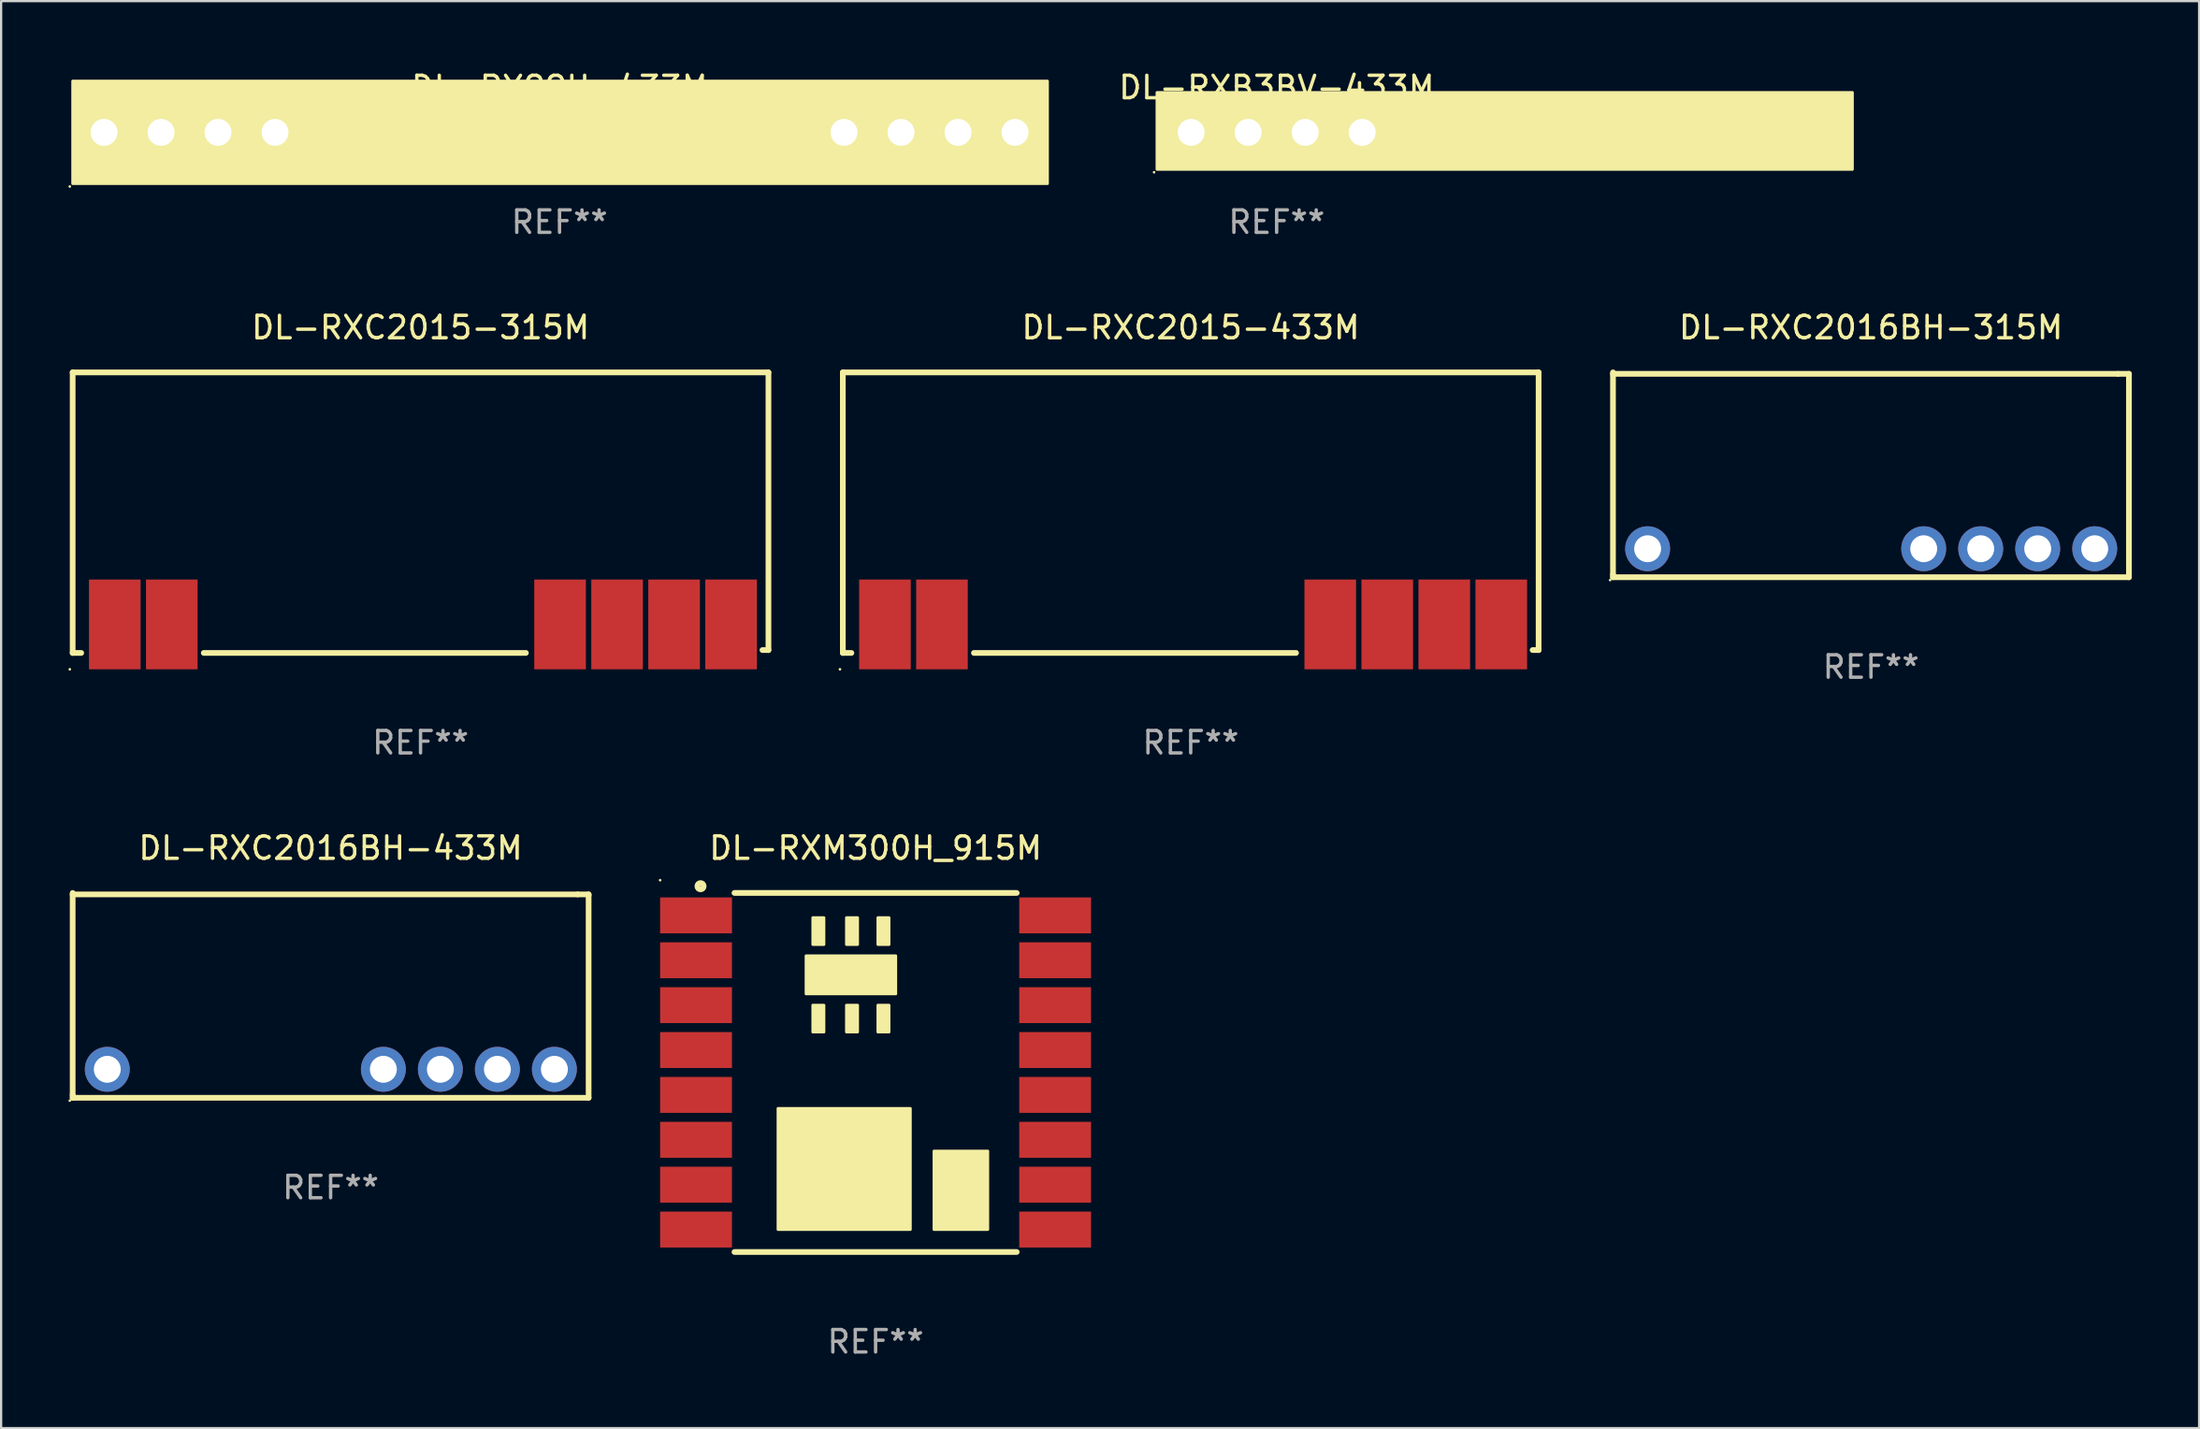
<source format=kicad_pcb>
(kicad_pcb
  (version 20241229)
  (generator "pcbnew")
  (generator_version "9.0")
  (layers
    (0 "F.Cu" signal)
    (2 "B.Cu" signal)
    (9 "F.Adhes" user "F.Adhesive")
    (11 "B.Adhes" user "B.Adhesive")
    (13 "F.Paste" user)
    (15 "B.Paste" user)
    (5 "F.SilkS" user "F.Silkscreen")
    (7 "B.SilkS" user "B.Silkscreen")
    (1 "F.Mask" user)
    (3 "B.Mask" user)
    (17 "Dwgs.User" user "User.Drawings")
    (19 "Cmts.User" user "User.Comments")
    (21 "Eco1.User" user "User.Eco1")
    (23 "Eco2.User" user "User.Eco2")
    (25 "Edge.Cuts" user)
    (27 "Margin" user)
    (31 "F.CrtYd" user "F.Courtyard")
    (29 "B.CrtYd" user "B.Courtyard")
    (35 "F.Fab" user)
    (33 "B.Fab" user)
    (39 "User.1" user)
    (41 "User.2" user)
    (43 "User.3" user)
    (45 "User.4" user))
  (footprint "DL-RX98H-433M"
    (layer "F.Cu")
    (at 21.879 2.848)
    (property "Reference" "DL-RX98H-433M" (at 0 -2 0) (layer "F.SilkS") (effects (font (size 1 1) (thickness 0.15))))
    (attr through_hole)
    (fp_circle (center -21.819 2.413) (end -21.789 2.413) (stroke (width 0.06) (type solid)) (fill no) (layer "F.SilkS"))
    (fp_poly (pts (xy -21.692 -2.286) (xy 21.742 -2.286) (xy 21.742 2.286) (xy -21.692 2.286)) (stroke (width 0.12) (type solid)) (fill yes) (layer "F.SilkS"))
    (fp_text user "REF**" (at 0 4 0) (layer "F.Fab") (effects (font (size 1 1) (thickness 0.15))))
    (pad "1" thru_hole rect (at -20.295 0) (size 2 2) (drill 1.2) (layers "*.Cu" "*.Mask"))
    (pad "2" thru_hole circle (at -17.755 0) (size 2 2) (drill 1.2) (layers "*.Cu" "*.Mask"))
    (pad "3" thru_hole circle (at -15.215 0) (size 2 2) (drill 1.2) (layers "*.Cu" "*.Mask"))
    (pad "4" thru_hole circle (at -12.675 0) (size 2 2) (drill 1.2) (layers "*.Cu" "*.Mask"))
    (pad "5" thru_hole circle (at 12.675 0) (size 2 2) (drill 1.2) (layers "*.Cu" "*.Mask"))
    (pad "6" thru_hole circle (at 15.215 0) (size 2 2) (drill 1.2) (layers "*.Cu" "*.Mask"))
    (pad "7" thru_hole circle (at 17.755 0) (size 2 2) (drill 1.2) (layers "*.Cu" "*.Mask"))
    (pad "8" thru_hole circle (at 20.295 0) (size 2 2) (drill 1.2) (layers "*.Cu" "*.Mask")))
  (footprint "DL-RXC2015-315M"
    (layer "F.Cu")
    (at 15.687 19.795)
    (property "Reference" "DL-RXC2015-315M" (at 0 -8.25 0) (layer "F.SilkS") (effects (font (size 1 1) (thickness 0.15))))
    (attr through_hole)
    (fp_line (start -15.5 -6.25) (end -15.5 6.25) (stroke (width 0.254) (type solid)) (layer "F.SilkS"))
    (fp_line (start -15.5 6.25) (end -15.119 6.25) (stroke (width 0.254) (type solid)) (layer "F.SilkS"))
    (fp_line (start -9.658 6.25) (end 4.693 6.25) (stroke (width 0.254) (type solid)) (layer "F.SilkS"))
    (fp_line (start 15.234 6.123) (end 15.5 6.123) (stroke (width 0.254) (type solid)) (layer "F.SilkS"))
    (fp_line (start 15.5 -6.25) (end -15.5 -6.25) (stroke (width 0.254) (type solid)) (layer "F.SilkS"))
    (fp_line (start 15.5 6.123) (end 15.5 -6.25) (stroke (width 0.254) (type solid)) (layer "F.SilkS"))
    (fp_circle (center -15.627 6.98) (end -15.597 6.98) (stroke (width 0.06) (type solid)) (fill no) (layer "F.SilkS"))
    (fp_text user "REF**" (at 0 10.25 0) (layer "F.Fab") (effects (font (size 1 1) (thickness 0.15))))
    (pad "1" smd rect (at -13.623 4.98) (size 2.3 4) (layers "F.Cu" "F.Mask" "F.Paste"))
    (pad "2" smd rect (at -11.083 4.98) (size 2.3 4) (layers "F.Cu" "F.Mask" "F.Paste"))
    (pad "3" smd rect (at 6.217 4.98) (size 2.3 4) (layers "F.Cu" "F.Mask" "F.Paste"))
    (pad "4" smd rect (at 8.757 4.98) (size 2.3 4) (layers "F.Cu" "F.Mask" "F.Paste"))
    (pad "5" smd rect (at 11.297 4.98) (size 2.3 4) (layers "F.Cu" "F.Mask" "F.Paste"))
    (pad "6" smd rect (at 13.837 4.98) (size 2.3 4) (layers "F.Cu" "F.Mask" "F.Paste")))
  (footprint "DL-RXB3BV-433M"
    (layer "F.Cu")
    (at 53.83 2.848)
    (property "Reference" "DL-RXB3BV-433M" (at 0 -2 0) (layer "F.SilkS") (effects (font (size 1 1) (thickness 0.15))))
    (attr through_hole)
    (fp_circle (center -5.461 1.778) (end -5.431 1.778) (stroke (width 0.06) (type solid)) (fill no) (layer "F.SilkS"))
    (fp_poly (pts (xy -5.334 -1.778) (xy 25.654 -1.778) (xy 25.654 1.651) (xy -5.334 1.651)) (stroke (width 0.12) (type solid)) (fill yes) (layer "F.SilkS"))
    (fp_text user "REF**" (at 0 4 0) (layer "F.Fab") (effects (font (size 1 1) (thickness 0.15))))
    (pad "1" thru_hole rect (at -3.81 0) (size 2 2) (drill 1.2) (layers "*.Cu" "*.Mask"))
    (pad "2" thru_hole circle (at -1.27 0) (size 2 2) (drill 1.2) (layers "*.Cu" "*.Mask"))
    (pad "3" thru_hole circle (at 1.27 0) (size 2 2) (drill 1.2) (layers "*.Cu" "*.Mask"))
    (pad "4" thru_hole circle (at 3.81 0) (size 2 2) (drill 1.2) (layers "*.Cu" "*.Mask")))
  (footprint "DL-RXM300H_915M"
    (layer "F.Cu")
    (at 35.961 44.741)
    (property "Reference" "DL-RXM300H_915M" (at 0 -10 0) (layer "F.SilkS") (effects (font (size 1 1) (thickness 0.15))))
    (attr through_hole)
    (fp_line (start -6.287 -8) (end 6.287 -8) (stroke (width 0.254) (type solid)) (layer "F.SilkS"))
    (fp_line (start 6.287 8) (end -6.287 8) (stroke (width 0.254) (type solid)) (layer "F.SilkS"))
    (fp_circle (center -9.6 -8.568) (end -9.57 -8.568) (stroke (width 0.06) (type solid)) (fill no) (layer "F.SilkS"))
    (fp_circle (center -7.8 -8.3) (end -7.659 -8.3) (stroke (width 0.254) (type solid)) (fill no) (layer "F.SilkS"))
    (fp_poly (pts (xy -4.35 1.6) (xy 1.55 1.6) (xy 1.55 7) (xy -4.35 7)) (stroke (width 0.12) (type solid)) (fill yes) (layer "F.SilkS"))
    (fp_poly (pts (xy -3.1 -5.2) (xy 0.9 -5.2) (xy 0.9 -3.5) (xy -3.1 -3.5)) (stroke (width 0.12) (type solid)) (fill yes) (layer "F.SilkS"))
    (fp_poly (pts (xy -2.8 -6.9) (xy -2.3 -6.9) (xy -2.3 -5.7) (xy -2.8 -5.7)) (stroke (width 0.12) (type solid)) (fill yes) (layer "F.SilkS"))
    (fp_poly (pts (xy -2.8 -3) (xy -2.3 -3) (xy -2.3 -1.8) (xy -2.8 -1.8)) (stroke (width 0.12) (type solid)) (fill yes) (layer "F.SilkS"))
    (fp_poly (pts (xy -1.3 -6.9) (xy -0.8 -6.9) (xy -0.8 -5.7) (xy -1.3 -5.7)) (stroke (width 0.12) (type solid)) (fill yes) (layer "F.SilkS"))
    (fp_poly (pts (xy -1.3 -3) (xy -0.8 -3) (xy -0.8 -1.8) (xy -1.3 -1.8)) (stroke (width 0.12) (type solid)) (fill yes) (layer "F.SilkS"))
    (fp_poly (pts (xy 0.1 -6.9) (xy 0.6 -6.9) (xy 0.6 -5.7) (xy 0.1 -5.7)) (stroke (width 0.12) (type solid)) (fill yes) (layer "F.SilkS"))
    (fp_poly (pts (xy 0.1 -3) (xy 0.6 -3) (xy 0.6 -1.8) (xy 0.1 -1.8)) (stroke (width 0.12) (type solid)) (fill yes) (layer "F.SilkS"))
    (fp_poly (pts (xy 2.6 3.5) (xy 5 3.5) (xy 5 7) (xy 2.6 7)) (stroke (width 0.12) (type solid)) (fill yes) (layer "F.SilkS"))
    (fp_text user "REF**" (at 0 12 0) (layer "F.Fab") (effects (font (size 1 1) (thickness 0.15))))
    (pad "1" smd rect (at -8 -7) (size 3.2 1.6) (layers "F.Cu" "F.Mask" "F.Paste"))
    (pad "2" smd rect (at -8 -5) (size 3.2 1.6) (layers "F.Cu" "F.Mask" "F.Paste"))
    (pad "3" smd rect (at -8 -3) (size 3.2 1.6) (layers "F.Cu" "F.Mask" "F.Paste"))
    (pad "4" smd rect (at -8 -1) (size 3.2 1.6) (layers "F.Cu" "F.Mask" "F.Paste"))
    (pad "5" smd rect (at -8 1) (size 3.2 1.6) (layers "F.Cu" "F.Mask" "F.Paste"))
    (pad "6" smd rect (at -8 3) (size 3.2 1.6) (layers "F.Cu" "F.Mask" "F.Paste"))
    (pad "7" smd rect (at -8 5) (size 3.2 1.6) (layers "F.Cu" "F.Mask" "F.Paste"))
    (pad "8" smd rect (at -8 7) (size 3.2 1.6) (layers "F.Cu" "F.Mask" "F.Paste"))
    (pad "9" smd rect (at 8 7) (size 3.2 1.6) (layers "F.Cu" "F.Mask" "F.Paste"))
    (pad "10" smd rect (at 8 5) (size 3.2 1.6) (layers "F.Cu" "F.Mask" "F.Paste"))
    (pad "11" smd rect (at 8 3) (size 3.2 1.6) (layers "F.Cu" "F.Mask" "F.Paste"))
    (pad "12" smd rect (at 8 1) (size 3.2 1.6) (layers "F.Cu" "F.Mask" "F.Paste"))
    (pad "13" smd rect (at 8 -1) (size 3.2 1.6) (layers "F.Cu" "F.Mask" "F.Paste"))
    (pad "14" smd rect (at 8 -3) (size 3.2 1.6) (layers "F.Cu" "F.Mask" "F.Paste"))
    (pad "15" smd rect (at 8 -5) (size 3.2 1.6) (layers "F.Cu" "F.Mask" "F.Paste"))
    (pad "16" smd rect (at 8 -7) (size 3.2 1.6) (layers "F.Cu" "F.Mask" "F.Paste")))
  (footprint "DL-RXC2015-433M"
    (layer "F.Cu")
    (at 50.001 19.795)
    (property "Reference" "DL-RXC2015-433M" (at 0 -8.25 0) (layer "F.SilkS") (effects (font (size 1 1) (thickness 0.15))))
    (attr through_hole)
    (fp_line (start -15.5 -6.25) (end -15.5 6.25) (stroke (width 0.254) (type solid)) (layer "F.SilkS"))
    (fp_line (start -15.5 6.25) (end -15.119 6.25) (stroke (width 0.254) (type solid)) (layer "F.SilkS"))
    (fp_line (start -9.658 6.25) (end 4.693 6.25) (stroke (width 0.254) (type solid)) (layer "F.SilkS"))
    (fp_line (start 15.234 6.123) (end 15.5 6.123) (stroke (width 0.254) (type solid)) (layer "F.SilkS"))
    (fp_line (start 15.5 -6.25) (end -15.5 -6.25) (stroke (width 0.254) (type solid)) (layer "F.SilkS"))
    (fp_line (start 15.5 6.123) (end 15.5 -6.25) (stroke (width 0.254) (type solid)) (layer "F.SilkS"))
    (fp_circle (center -15.627 6.98) (end -15.597 6.98) (stroke (width 0.06) (type solid)) (fill no) (layer "F.SilkS"))
    (fp_text user "REF**" (at 0 10.25 0) (layer "F.Fab") (effects (font (size 1 1) (thickness 0.15))))
    (pad "1" smd rect (at -13.623 4.98) (size 2.3 4) (layers "F.Cu" "F.Mask" "F.Paste"))
    (pad "2" smd rect (at -11.083 4.98) (size 2.3 4) (layers "F.Cu" "F.Mask" "F.Paste"))
    (pad "3" smd rect (at 6.217 4.98) (size 2.3 4) (layers "F.Cu" "F.Mask" "F.Paste"))
    (pad "4" smd rect (at 8.757 4.98) (size 2.3 4) (layers "F.Cu" "F.Mask" "F.Paste"))
    (pad "5" smd rect (at 11.297 4.98) (size 2.3 4) (layers "F.Cu" "F.Mask" "F.Paste"))
    (pad "6" smd rect (at 13.837 4.98) (size 2.3 4) (layers "F.Cu" "F.Mask" "F.Paste")))
  (footprint "DL-RXC2016BH-433M"
    (layer "F.Cu")
    (at 11.681 41.305)
    (property "Reference" "DL-RXC2016BH-433M" (at 0 -6.564 0) (layer "F.SilkS") (effects (font (size 1 1) (thickness 0.15))))
    (attr through_hole)
    (fp_line (start -11.494 -4.499) (end 11.007 -4.499) (stroke (width 0.254) (type solid)) (layer "F.SilkS"))
    (fp_line (start -11.494 4.437) (end -11.494 -4.564) (stroke (width 0.254) (type solid)) (layer "F.SilkS"))
    (fp_line (start -11.494 4.564) (end -11.494 4.437) (stroke (width 0.254) (type solid)) (layer "F.SilkS"))
    (fp_line (start 11.007 -4.499) (end 11.494 -4.499) (stroke (width 0.254) (type solid)) (layer "F.SilkS"))
    (fp_line (start 11.494 -4.499) (end 11.494 -4.454) (stroke (width 0.254) (type solid)) (layer "F.SilkS"))
    (fp_line (start 11.494 -4.454) (end 11.494 4.564) (stroke (width 0.254) (type solid)) (layer "F.SilkS"))
    (fp_line (start 11.494 4.564) (end -11.494 4.564) (stroke (width 0.254) (type solid)) (layer "F.SilkS"))
    (fp_circle (center -11.621 4.691) (end -11.591 4.691) (stroke (width 0.06) (type solid)) (fill no) (layer "F.SilkS"))
    (fp_text user "REF**" (at 0 8.564 0) (layer "F.Fab") (effects (font (size 1 1) (thickness 0.15))))
    (pad "1" thru_hole circle (at -9.951 3.294) (size 2 2) (drill 1.2) (layers "*.Cu" "*.Mask"))
    (pad "2" thru_hole circle (at 2.349 3.294) (size 2 2) (drill 1.2) (layers "*.Cu" "*.Mask"))
    (pad "3" thru_hole circle (at 4.889 3.294) (size 2 2) (drill 1.2) (layers "*.Cu" "*.Mask"))
    (pad "4" thru_hole circle (at 7.429 3.294) (size 2 2) (drill 1.2) (layers "*.Cu" "*.Mask"))
    (pad "5" thru_hole circle (at 9.969 3.294) (size 2 2) (drill 1.2) (layers "*.Cu" "*.Mask")))
  (footprint "DL-RXC2016BH-315M"
    (layer "F.Cu")
    (at 80.309 18.108)
    (property "Reference" "DL-RXC2016BH-315M" (at 0 -6.564 0) (layer "F.SilkS") (effects (font (size 1 1) (thickness 0.15))))
    (attr through_hole)
    (fp_line (start -11.494 -4.499) (end 11.007 -4.499) (stroke (width 0.254) (type solid)) (layer "F.SilkS"))
    (fp_line (start -11.494 4.437) (end -11.494 -4.564) (stroke (width 0.254) (type solid)) (layer "F.SilkS"))
    (fp_line (start -11.494 4.564) (end -11.494 4.437) (stroke (width 0.254) (type solid)) (layer "F.SilkS"))
    (fp_line (start 11.007 -4.499) (end 11.494 -4.499) (stroke (width 0.254) (type solid)) (layer "F.SilkS"))
    (fp_line (start 11.494 -4.499) (end 11.494 -4.454) (stroke (width 0.254) (type solid)) (layer "F.SilkS"))
    (fp_line (start 11.494 -4.454) (end 11.494 4.564) (stroke (width 0.254) (type solid)) (layer "F.SilkS"))
    (fp_line (start 11.494 4.564) (end -11.494 4.564) (stroke (width 0.254) (type solid)) (layer "F.SilkS"))
    (fp_circle (center -11.621 4.691) (end -11.591 4.691) (stroke (width 0.06) (type solid)) (fill no) (layer "F.SilkS"))
    (fp_text user "REF**" (at 0 8.564 0) (layer "F.Fab") (effects (font (size 1 1) (thickness 0.15))))
    (pad "1" thru_hole circle (at -9.951 3.294) (size 2 2) (drill 1.2) (layers "*.Cu" "*.Mask"))
    (pad "2" thru_hole circle (at 2.349 3.294) (size 2 2) (drill 1.2) (layers "*.Cu" "*.Mask"))
    (pad "3" thru_hole circle (at 4.889 3.294) (size 2 2) (drill 1.2) (layers "*.Cu" "*.Mask"))
    (pad "4" thru_hole circle (at 7.429 3.294) (size 2 2) (drill 1.2) (layers "*.Cu" "*.Mask"))
    (pad "5" thru_hole circle (at 9.969 3.294) (size 2 2) (drill 1.2) (layers "*.Cu" "*.Mask")))
  (gr_rect
    (start -3 -3)
    (end 94.929 60.59)
    (stroke (width 0.1) (type default))
    (fill no)
    (layer "Edge.Cuts")))
</source>
